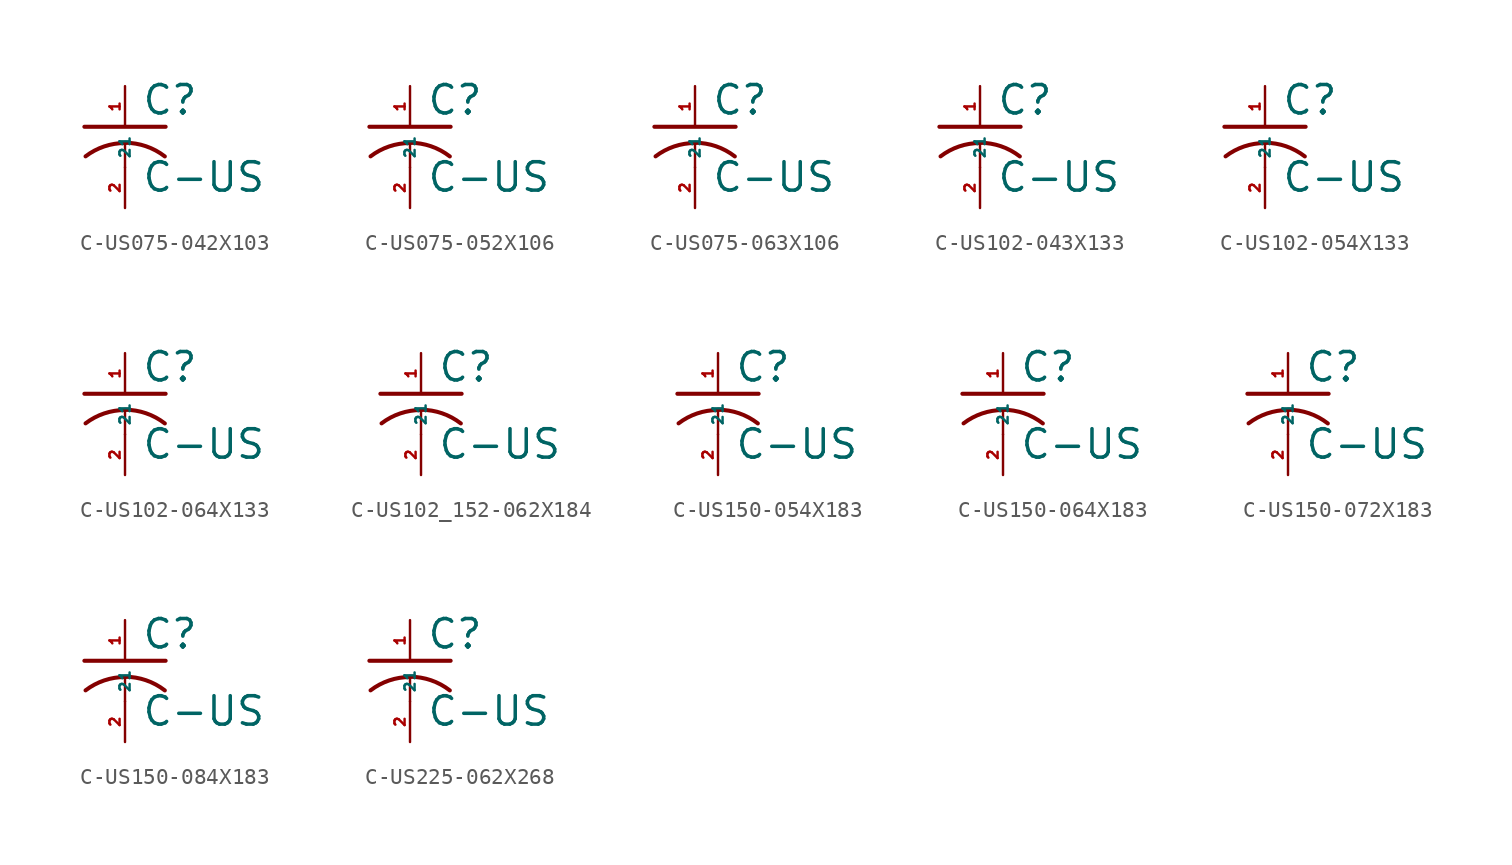
<source format=kicad_sym>
(kicad_symbol_lib
  (version 20220914)
  (generator Eagle2Kicad)
  (symbol "C-US075-042X103"
    (property "Reference" "C"
      (at 1.016 0.635 0)
      (effects (font (size 1.778 1.778) (thickness 0.22)) (justify left bottom)))
    (property "Value" "C-US"
      (at 1.016 -4.191 0)
      (effects (font (size 1.778 1.778) (thickness 0.22)) (justify left bottom)))
    (polyline
      (pts (xy -2.54 0) (xy 2.54 0))
      (stroke (width 0.254) (type default))
      (fill (type none)))
    (polyline
      (pts (xy 0 -1.016) (xy 0 -2.54))
      (stroke (width 0.152) (type default))
      (fill (type none)))
    (arc
      (start 2.4892 -1.8542)
      (mid 1.316 -1.220)
      (end 0 -1)
      (stroke (width 0.254) (type default))
      (fill (type none)))
    (arc
      (start 0 -1.0161)
      (mid -1.302 -1.230)
      (end -2.4668 -1.8504)
      (stroke (width 0.254) (type default))
      (fill (type none)))
    (pin passive line
      (at 0 2.54 270)
      (length 2.54)
      (name "1" (effects (font (size 0.635 0.635) (thickness 0.08)) (justify left bottom)))
      (number "1" (effects (font (size 0.635 0.635) (thickness 0.08)) (justify left bottom))))
    (pin passive line
      (at 0 -5.08 90)
      (length 2.54)
      (name "2" (effects (font (size 0.635 0.635) (thickness 0.08)) (justify left bottom)))
      (number "2" (effects (font (size 0.635 0.635) (thickness 0.08)) (justify left bottom)))))
  (symbol "C-US075-052X106"
    (property "Reference" "C"
      (at 1.016 0.635 0)
      (effects (font (size 1.778 1.778) (thickness 0.22)) (justify left bottom)))
    (property "Value" "C-US"
      (at 1.016 -4.191 0)
      (effects (font (size 1.778 1.778) (thickness 0.22)) (justify left bottom)))
    (polyline
      (pts (xy -2.54 0) (xy 2.54 0))
      (stroke (width 0.254) (type default))
      (fill (type none)))
    (polyline
      (pts (xy 0 -1.016) (xy 0 -2.54))
      (stroke (width 0.152) (type default))
      (fill (type none)))
    (arc
      (start 2.4892 -1.8542)
      (mid 1.316 -1.220)
      (end 0 -1)
      (stroke (width 0.254) (type default))
      (fill (type none)))
    (arc
      (start 0 -1.0161)
      (mid -1.302 -1.230)
      (end -2.4668 -1.8504)
      (stroke (width 0.254) (type default))
      (fill (type none)))
    (pin passive line
      (at 0 2.54 270)
      (length 2.54)
      (name "1" (effects (font (size 0.635 0.635) (thickness 0.08)) (justify left bottom)))
      (number "1" (effects (font (size 0.635 0.635) (thickness 0.08)) (justify left bottom))))
    (pin passive line
      (at 0 -5.08 90)
      (length 2.54)
      (name "2" (effects (font (size 0.635 0.635) (thickness 0.08)) (justify left bottom)))
      (number "2" (effects (font (size 0.635 0.635) (thickness 0.08)) (justify left bottom)))))
  (symbol "C-US075-063X106"
    (property "Reference" "C"
      (at 1.016 0.635 0)
      (effects (font (size 1.778 1.778) (thickness 0.22)) (justify left bottom)))
    (property "Value" "C-US"
      (at 1.016 -4.191 0)
      (effects (font (size 1.778 1.778) (thickness 0.22)) (justify left bottom)))
    (polyline
      (pts (xy -2.54 0) (xy 2.54 0))
      (stroke (width 0.254) (type default))
      (fill (type none)))
    (polyline
      (pts (xy 0 -1.016) (xy 0 -2.54))
      (stroke (width 0.152) (type default))
      (fill (type none)))
    (arc
      (start 2.4892 -1.8542)
      (mid 1.316 -1.220)
      (end 0 -1)
      (stroke (width 0.254) (type default))
      (fill (type none)))
    (arc
      (start 0 -1.0161)
      (mid -1.302 -1.230)
      (end -2.4668 -1.8504)
      (stroke (width 0.254) (type default))
      (fill (type none)))
    (pin passive line
      (at 0 2.54 270)
      (length 2.54)
      (name "1" (effects (font (size 0.635 0.635) (thickness 0.08)) (justify left bottom)))
      (number "1" (effects (font (size 0.635 0.635) (thickness 0.08)) (justify left bottom))))
    (pin passive line
      (at 0 -5.08 90)
      (length 2.54)
      (name "2" (effects (font (size 0.635 0.635) (thickness 0.08)) (justify left bottom)))
      (number "2" (effects (font (size 0.635 0.635) (thickness 0.08)) (justify left bottom)))))
  (symbol "C-US102-043X133"
    (property "Reference" "C"
      (at 1.016 0.635 0)
      (effects (font (size 1.778 1.778) (thickness 0.22)) (justify left bottom)))
    (property "Value" "C-US"
      (at 1.016 -4.191 0)
      (effects (font (size 1.778 1.778) (thickness 0.22)) (justify left bottom)))
    (polyline
      (pts (xy -2.54 0) (xy 2.54 0))
      (stroke (width 0.254) (type default))
      (fill (type none)))
    (polyline
      (pts (xy 0 -1.016) (xy 0 -2.54))
      (stroke (width 0.152) (type default))
      (fill (type none)))
    (arc
      (start 2.4892 -1.8542)
      (mid 1.316 -1.220)
      (end 0 -1)
      (stroke (width 0.254) (type default))
      (fill (type none)))
    (arc
      (start 0 -1.0161)
      (mid -1.302 -1.230)
      (end -2.4668 -1.8504)
      (stroke (width 0.254) (type default))
      (fill (type none)))
    (pin passive line
      (at 0 2.54 270)
      (length 2.54)
      (name "1" (effects (font (size 0.635 0.635) (thickness 0.08)) (justify left bottom)))
      (number "1" (effects (font (size 0.635 0.635) (thickness 0.08)) (justify left bottom))))
    (pin passive line
      (at 0 -5.08 90)
      (length 2.54)
      (name "2" (effects (font (size 0.635 0.635) (thickness 0.08)) (justify left bottom)))
      (number "2" (effects (font (size 0.635 0.635) (thickness 0.08)) (justify left bottom)))))
  (symbol "C-US102-054X133"
    (property "Reference" "C"
      (at 1.016 0.635 0)
      (effects (font (size 1.778 1.778) (thickness 0.22)) (justify left bottom)))
    (property "Value" "C-US"
      (at 1.016 -4.191 0)
      (effects (font (size 1.778 1.778) (thickness 0.22)) (justify left bottom)))
    (polyline
      (pts (xy -2.54 0) (xy 2.54 0))
      (stroke (width 0.254) (type default))
      (fill (type none)))
    (polyline
      (pts (xy 0 -1.016) (xy 0 -2.54))
      (stroke (width 0.152) (type default))
      (fill (type none)))
    (arc
      (start 2.4892 -1.8542)
      (mid 1.316 -1.220)
      (end 0 -1)
      (stroke (width 0.254) (type default))
      (fill (type none)))
    (arc
      (start 0 -1.0161)
      (mid -1.302 -1.230)
      (end -2.4668 -1.8504)
      (stroke (width 0.254) (type default))
      (fill (type none)))
    (pin passive line
      (at 0 2.54 270)
      (length 2.54)
      (name "1" (effects (font (size 0.635 0.635) (thickness 0.08)) (justify left bottom)))
      (number "1" (effects (font (size 0.635 0.635) (thickness 0.08)) (justify left bottom))))
    (pin passive line
      (at 0 -5.08 90)
      (length 2.54)
      (name "2" (effects (font (size 0.635 0.635) (thickness 0.08)) (justify left bottom)))
      (number "2" (effects (font (size 0.635 0.635) (thickness 0.08)) (justify left bottom)))))
  (symbol "C-US102-064X133"
    (property "Reference" "C"
      (at 1.016 0.635 0)
      (effects (font (size 1.778 1.778) (thickness 0.22)) (justify left bottom)))
    (property "Value" "C-US"
      (at 1.016 -4.191 0)
      (effects (font (size 1.778 1.778) (thickness 0.22)) (justify left bottom)))
    (polyline
      (pts (xy -2.54 0) (xy 2.54 0))
      (stroke (width 0.254) (type default))
      (fill (type none)))
    (polyline
      (pts (xy 0 -1.016) (xy 0 -2.54))
      (stroke (width 0.152) (type default))
      (fill (type none)))
    (arc
      (start 2.4892 -1.8542)
      (mid 1.316 -1.220)
      (end 0 -1)
      (stroke (width 0.254) (type default))
      (fill (type none)))
    (arc
      (start 0 -1.0161)
      (mid -1.302 -1.230)
      (end -2.4668 -1.8504)
      (stroke (width 0.254) (type default))
      (fill (type none)))
    (pin passive line
      (at 0 2.54 270)
      (length 2.54)
      (name "1" (effects (font (size 0.635 0.635) (thickness 0.08)) (justify left bottom)))
      (number "1" (effects (font (size 0.635 0.635) (thickness 0.08)) (justify left bottom))))
    (pin passive line
      (at 0 -5.08 90)
      (length 2.54)
      (name "2" (effects (font (size 0.635 0.635) (thickness 0.08)) (justify left bottom)))
      (number "2" (effects (font (size 0.635 0.635) (thickness 0.08)) (justify left bottom)))))
  (symbol "C-US102_152-062X184"
    (property "Reference" "C"
      (at 1.016 0.635 0)
      (effects (font (size 1.778 1.778) (thickness 0.22)) (justify left bottom)))
    (property "Value" "C-US"
      (at 1.016 -4.191 0)
      (effects (font (size 1.778 1.778) (thickness 0.22)) (justify left bottom)))
    (polyline
      (pts (xy -2.54 0) (xy 2.54 0))
      (stroke (width 0.254) (type default))
      (fill (type none)))
    (polyline
      (pts (xy 0 -1.016) (xy 0 -2.54))
      (stroke (width 0.152) (type default))
      (fill (type none)))
    (arc
      (start 2.4892 -1.8542)
      (mid 1.316 -1.220)
      (end 0 -1)
      (stroke (width 0.254) (type default))
      (fill (type none)))
    (arc
      (start 0 -1.0161)
      (mid -1.302 -1.230)
      (end -2.4668 -1.8504)
      (stroke (width 0.254) (type default))
      (fill (type none)))
    (pin passive line
      (at 0 2.54 270)
      (length 2.54)
      (name "1" (effects (font (size 0.635 0.635) (thickness 0.08)) (justify left bottom)))
      (number "1" (effects (font (size 0.635 0.635) (thickness 0.08)) (justify left bottom))))
    (pin passive line
      (at 0 -5.08 90)
      (length 2.54)
      (name "2" (effects (font (size 0.635 0.635) (thickness 0.08)) (justify left bottom)))
      (number "2" (effects (font (size 0.635 0.635) (thickness 0.08)) (justify left bottom)))))
  (symbol "C-US150-054X183"
    (property "Reference" "C"
      (at 1.016 0.635 0)
      (effects (font (size 1.778 1.778) (thickness 0.22)) (justify left bottom)))
    (property "Value" "C-US"
      (at 1.016 -4.191 0)
      (effects (font (size 1.778 1.778) (thickness 0.22)) (justify left bottom)))
    (polyline
      (pts (xy -2.54 0) (xy 2.54 0))
      (stroke (width 0.254) (type default))
      (fill (type none)))
    (polyline
      (pts (xy 0 -1.016) (xy 0 -2.54))
      (stroke (width 0.152) (type default))
      (fill (type none)))
    (arc
      (start 2.4892 -1.8542)
      (mid 1.316 -1.220)
      (end 0 -1)
      (stroke (width 0.254) (type default))
      (fill (type none)))
    (arc
      (start 0 -1.0161)
      (mid -1.302 -1.230)
      (end -2.4668 -1.8504)
      (stroke (width 0.254) (type default))
      (fill (type none)))
    (pin passive line
      (at 0 2.54 270)
      (length 2.54)
      (name "1" (effects (font (size 0.635 0.635) (thickness 0.08)) (justify left bottom)))
      (number "1" (effects (font (size 0.635 0.635) (thickness 0.08)) (justify left bottom))))
    (pin passive line
      (at 0 -5.08 90)
      (length 2.54)
      (name "2" (effects (font (size 0.635 0.635) (thickness 0.08)) (justify left bottom)))
      (number "2" (effects (font (size 0.635 0.635) (thickness 0.08)) (justify left bottom)))))
  (symbol "C-US150-064X183"
    (property "Reference" "C"
      (at 1.016 0.635 0)
      (effects (font (size 1.778 1.778) (thickness 0.22)) (justify left bottom)))
    (property "Value" "C-US"
      (at 1.016 -4.191 0)
      (effects (font (size 1.778 1.778) (thickness 0.22)) (justify left bottom)))
    (polyline
      (pts (xy -2.54 0) (xy 2.54 0))
      (stroke (width 0.254) (type default))
      (fill (type none)))
    (polyline
      (pts (xy 0 -1.016) (xy 0 -2.54))
      (stroke (width 0.152) (type default))
      (fill (type none)))
    (arc
      (start 2.4892 -1.8542)
      (mid 1.316 -1.220)
      (end 0 -1)
      (stroke (width 0.254) (type default))
      (fill (type none)))
    (arc
      (start 0 -1.0161)
      (mid -1.302 -1.230)
      (end -2.4668 -1.8504)
      (stroke (width 0.254) (type default))
      (fill (type none)))
    (pin passive line
      (at 0 2.54 270)
      (length 2.54)
      (name "1" (effects (font (size 0.635 0.635) (thickness 0.08)) (justify left bottom)))
      (number "1" (effects (font (size 0.635 0.635) (thickness 0.08)) (justify left bottom))))
    (pin passive line
      (at 0 -5.08 90)
      (length 2.54)
      (name "2" (effects (font (size 0.635 0.635) (thickness 0.08)) (justify left bottom)))
      (number "2" (effects (font (size 0.635 0.635) (thickness 0.08)) (justify left bottom)))))
  (symbol "C-US150-072X183"
    (property "Reference" "C"
      (at 1.016 0.635 0)
      (effects (font (size 1.778 1.778) (thickness 0.22)) (justify left bottom)))
    (property "Value" "C-US"
      (at 1.016 -4.191 0)
      (effects (font (size 1.778 1.778) (thickness 0.22)) (justify left bottom)))
    (polyline
      (pts (xy -2.54 0) (xy 2.54 0))
      (stroke (width 0.254) (type default))
      (fill (type none)))
    (polyline
      (pts (xy 0 -1.016) (xy 0 -2.54))
      (stroke (width 0.152) (type default))
      (fill (type none)))
    (arc
      (start 2.4892 -1.8542)
      (mid 1.316 -1.220)
      (end 0 -1)
      (stroke (width 0.254) (type default))
      (fill (type none)))
    (arc
      (start 0 -1.0161)
      (mid -1.302 -1.230)
      (end -2.4668 -1.8504)
      (stroke (width 0.254) (type default))
      (fill (type none)))
    (pin passive line
      (at 0 2.54 270)
      (length 2.54)
      (name "1" (effects (font (size 0.635 0.635) (thickness 0.08)) (justify left bottom)))
      (number "1" (effects (font (size 0.635 0.635) (thickness 0.08)) (justify left bottom))))
    (pin passive line
      (at 0 -5.08 90)
      (length 2.54)
      (name "2" (effects (font (size 0.635 0.635) (thickness 0.08)) (justify left bottom)))
      (number "2" (effects (font (size 0.635 0.635) (thickness 0.08)) (justify left bottom)))))
  (symbol "C-US150-084X183"
    (property "Reference" "C"
      (at 1.016 0.635 0)
      (effects (font (size 1.778 1.778) (thickness 0.22)) (justify left bottom)))
    (property "Value" "C-US"
      (at 1.016 -4.191 0)
      (effects (font (size 1.778 1.778) (thickness 0.22)) (justify left bottom)))
    (polyline
      (pts (xy -2.54 0) (xy 2.54 0))
      (stroke (width 0.254) (type default))
      (fill (type none)))
    (polyline
      (pts (xy 0 -1.016) (xy 0 -2.54))
      (stroke (width 0.152) (type default))
      (fill (type none)))
    (arc
      (start 2.4892 -1.8542)
      (mid 1.316 -1.220)
      (end 0 -1)
      (stroke (width 0.254) (type default))
      (fill (type none)))
    (arc
      (start 0 -1.0161)
      (mid -1.302 -1.230)
      (end -2.4668 -1.8504)
      (stroke (width 0.254) (type default))
      (fill (type none)))
    (pin passive line
      (at 0 2.54 270)
      (length 2.54)
      (name "1" (effects (font (size 0.635 0.635) (thickness 0.08)) (justify left bottom)))
      (number "1" (effects (font (size 0.635 0.635) (thickness 0.08)) (justify left bottom))))
    (pin passive line
      (at 0 -5.08 90)
      (length 2.54)
      (name "2" (effects (font (size 0.635 0.635) (thickness 0.08)) (justify left bottom)))
      (number "2" (effects (font (size 0.635 0.635) (thickness 0.08)) (justify left bottom)))))
  (symbol "C-US225-062X268"
    (property "Reference" "C"
      (at 1.016 0.635 0)
      (effects (font (size 1.778 1.778) (thickness 0.22)) (justify left bottom)))
    (property "Value" "C-US"
      (at 1.016 -4.191 0)
      (effects (font (size 1.778 1.778) (thickness 0.22)) (justify left bottom)))
    (polyline
      (pts (xy -2.54 0) (xy 2.54 0))
      (stroke (width 0.254) (type default))
      (fill (type none)))
    (polyline
      (pts (xy 0 -1.016) (xy 0 -2.54))
      (stroke (width 0.152) (type default))
      (fill (type none)))
    (arc
      (start 2.4892 -1.8542)
      (mid 1.316 -1.220)
      (end 0 -1)
      (stroke (width 0.254) (type default))
      (fill (type none)))
    (arc
      (start 0 -1.0161)
      (mid -1.302 -1.230)
      (end -2.4668 -1.8504)
      (stroke (width 0.254) (type default))
      (fill (type none)))
    (pin passive line
      (at 0 2.54 270)
      (length 2.54)
      (name "1" (effects (font (size 0.635 0.635) (thickness 0.08)) (justify left bottom)))
      (number "1" (effects (font (size 0.635 0.635) (thickness 0.08)) (justify left bottom))))
    (pin passive line
      (at 0 -5.08 90)
      (length 2.54)
      (name "2" (effects (font (size 0.635 0.635) (thickness 0.08)) (justify left bottom)))
      (number "2" (effects (font (size 0.635 0.635) (thickness 0.08)) (justify left bottom))))))
</source>
